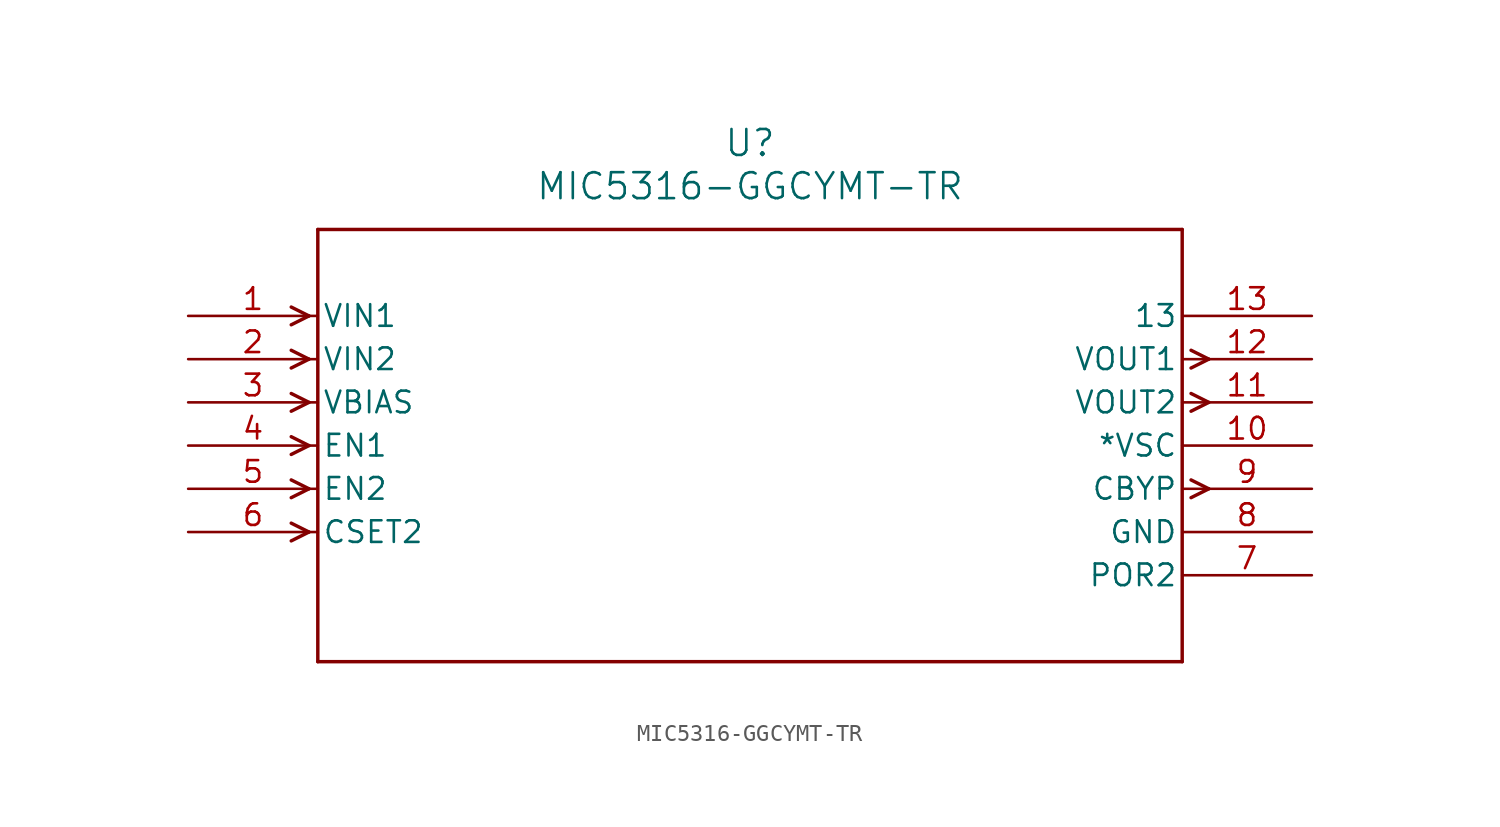
<source format=kicad_sym>
(kicad_symbol_lib
  (version 20211014)
  (generator kicad_symbol_editor)
  (symbol "MIC5316-GGCYMT-TR"
    (pin_names
      (offset 0.254))
    (property "Reference" "U"
      (at 33.02 10.16 0)
      (effects (font (size 1.524 1.524))))
    (property "Value" "MIC5316-GGCYMT-TR"
      (at 33.02 7.62 0)
      (effects (font (size 1.524 1.524))))
    (symbol "MIC5316-GGCYMT-TR_0_1"
      (polyline (pts (xy 7.099 0) (xy 6.058 0.521)) (stroke (width 0.203) (type default) (color 0 0 0 0)) (fill (type none)))
      (polyline (pts (xy 7.099 0) (xy 6.058 -0.521)) (stroke (width 0.203) (type default) (color 0 0 0 0)) (fill (type none)))
      (polyline (pts (xy 7.099 -2.54) (xy 6.058 -2.019)) (stroke (width 0.203) (type default) (color 0 0 0 0)) (fill (type none)))
      (polyline (pts (xy 7.099 -2.54) (xy 6.058 -3.061)) (stroke (width 0.203) (type default) (color 0 0 0 0)) (fill (type none)))
      (polyline (pts (xy 7.099 -5.08) (xy 6.058 -4.559)) (stroke (width 0.203) (type default) (color 0 0 0 0)) (fill (type none)))
      (polyline (pts (xy 7.099 -5.08) (xy 6.058 -5.601)) (stroke (width 0.203) (type default) (color 0 0 0 0)) (fill (type none)))
      (polyline (pts (xy 7.099 -7.62) (xy 6.058 -7.099)) (stroke (width 0.203) (type default) (color 0 0 0 0)) (fill (type none)))
      (polyline (pts (xy 7.099 -7.62) (xy 6.058 -8.141)) (stroke (width 0.203) (type default) (color 0 0 0 0)) (fill (type none)))
      (polyline (pts (xy 7.099 -10.16) (xy 6.058 -9.639)) (stroke (width 0.203) (type default) (color 0 0 0 0)) (fill (type none)))
      (polyline (pts (xy 7.099 -10.16) (xy 6.058 -10.681)) (stroke (width 0.203) (type default) (color 0 0 0 0)) (fill (type none)))
      (polyline (pts (xy 7.099 -12.7) (xy 6.058 -12.179)) (stroke (width 0.203) (type default) (color 0 0 0 0)) (fill (type none)))
      (polyline (pts (xy 7.099 -12.7) (xy 6.058 -13.221)) (stroke (width 0.203) (type default) (color 0 0 0 0)) (fill (type none)))
      (polyline (pts (xy 58.941 -9.639) (xy 59.982 -10.16)) (stroke (width 0.203) (type default) (color 0 0 0 0)) (fill (type none)))
      (polyline (pts (xy 58.941 -10.681) (xy 59.982 -10.16)) (stroke (width 0.203) (type default) (color 0 0 0 0)) (fill (type none)))
      (polyline (pts (xy 58.941 -4.559) (xy 59.982 -5.08)) (stroke (width 0.203) (type default) (color 0 0 0 0)) (fill (type none)))
      (polyline (pts (xy 58.941 -5.601) (xy 59.982 -5.08)) (stroke (width 0.203) (type default) (color 0 0 0 0)) (fill (type none)))
      (polyline (pts (xy 58.941 -2.019) (xy 59.982 -2.54)) (stroke (width 0.203) (type default) (color 0 0 0 0)) (fill (type none)))
      (polyline (pts (xy 58.941 -3.061) (xy 59.982 -2.54)) (stroke (width 0.203) (type default) (color 0 0 0 0)) (fill (type none)))
      (polyline (pts (xy 7.62 5.08) (xy 7.62 -20.32)) (stroke (width 0.203) (type default) (color 0 0 0 0)) (fill (type none)))
      (polyline (pts (xy 7.62 -20.32) (xy 58.42 -20.32)) (stroke (width 0.203) (type default) (color 0 0 0 0)) (fill (type none)))
      (polyline (pts (xy 58.42 -20.32) (xy 58.42 5.08)) (stroke (width 0.203) (type default) (color 0 0 0 0)) (fill (type none)))
      (polyline (pts (xy 58.42 5.08) (xy 7.62 5.08)) (stroke (width 0.203) (type default) (color 0 0 0 0)) (fill (type none)))
      (pin input line (at 0 0 0) (length 7.62) (name "VIN1" (effects (font (size 1.27 1.27)))) (number "1" (effects (font (size 1.27 1.27)))))
      (pin input line (at 0 -2.54 0) (length 7.62) (name "VIN2" (effects (font (size 1.27 1.27)))) (number "2" (effects (font (size 1.27 1.27)))))
      (pin input line (at 0 -5.08 0) (length 7.62) (name "VBIAS" (effects (font (size 1.27 1.27)))) (number "3" (effects (font (size 1.27 1.27)))))
      (pin input line (at 0 -7.62 0) (length 7.62) (name "EN1" (effects (font (size 1.27 1.27)))) (number "4" (effects (font (size 1.27 1.27)))))
      (pin input line (at 0 -10.16 0) (length 7.62) (name "EN2" (effects (font (size 1.27 1.27)))) (number "5" (effects (font (size 1.27 1.27)))))
      (pin input line (at 0 -12.7 0) (length 7.62) (name "CSET2" (effects (font (size 1.27 1.27)))) (number "6" (effects (font (size 1.27 1.27)))))
      (pin unspecified line (at 66.04 -15.24 180) (length 7.62) (name "POR2" (effects (font (size 1.27 1.27)))) (number "7" (effects (font (size 1.27 1.27)))))
      (pin power_in line (at 66.04 -12.7 180) (length 7.62) (name "GND" (effects (font (size 1.27 1.27)))) (number "8" (effects (font (size 1.27 1.27)))))
      (pin output line (at 66.04 -10.16 180) (length 7.62) (name "CBYP" (effects (font (size 1.27 1.27)))) (number "9" (effects (font (size 1.27 1.27)))))
      (pin unspecified line (at 66.04 -7.62 180) (length 7.62) (name "*VSC" (effects (font (size 1.27 1.27)))) (number "10" (effects (font (size 1.27 1.27)))))
      (pin output line (at 66.04 -5.08 180) (length 7.62) (name "VOUT2" (effects (font (size 1.27 1.27)))) (number "11" (effects (font (size 1.27 1.27)))))
      (pin output line (at 66.04 -2.54 180) (length 7.62) (name "VOUT1" (effects (font (size 1.27 1.27)))) (number "12" (effects (font (size 1.27 1.27)))))
      (pin unspecified line (at 66.04 0 180) (length 7.62) (name "13" (effects (font (size 1.27 1.27)))) (number "13" (effects (font (size 1.27 1.27))))))))
</source>
